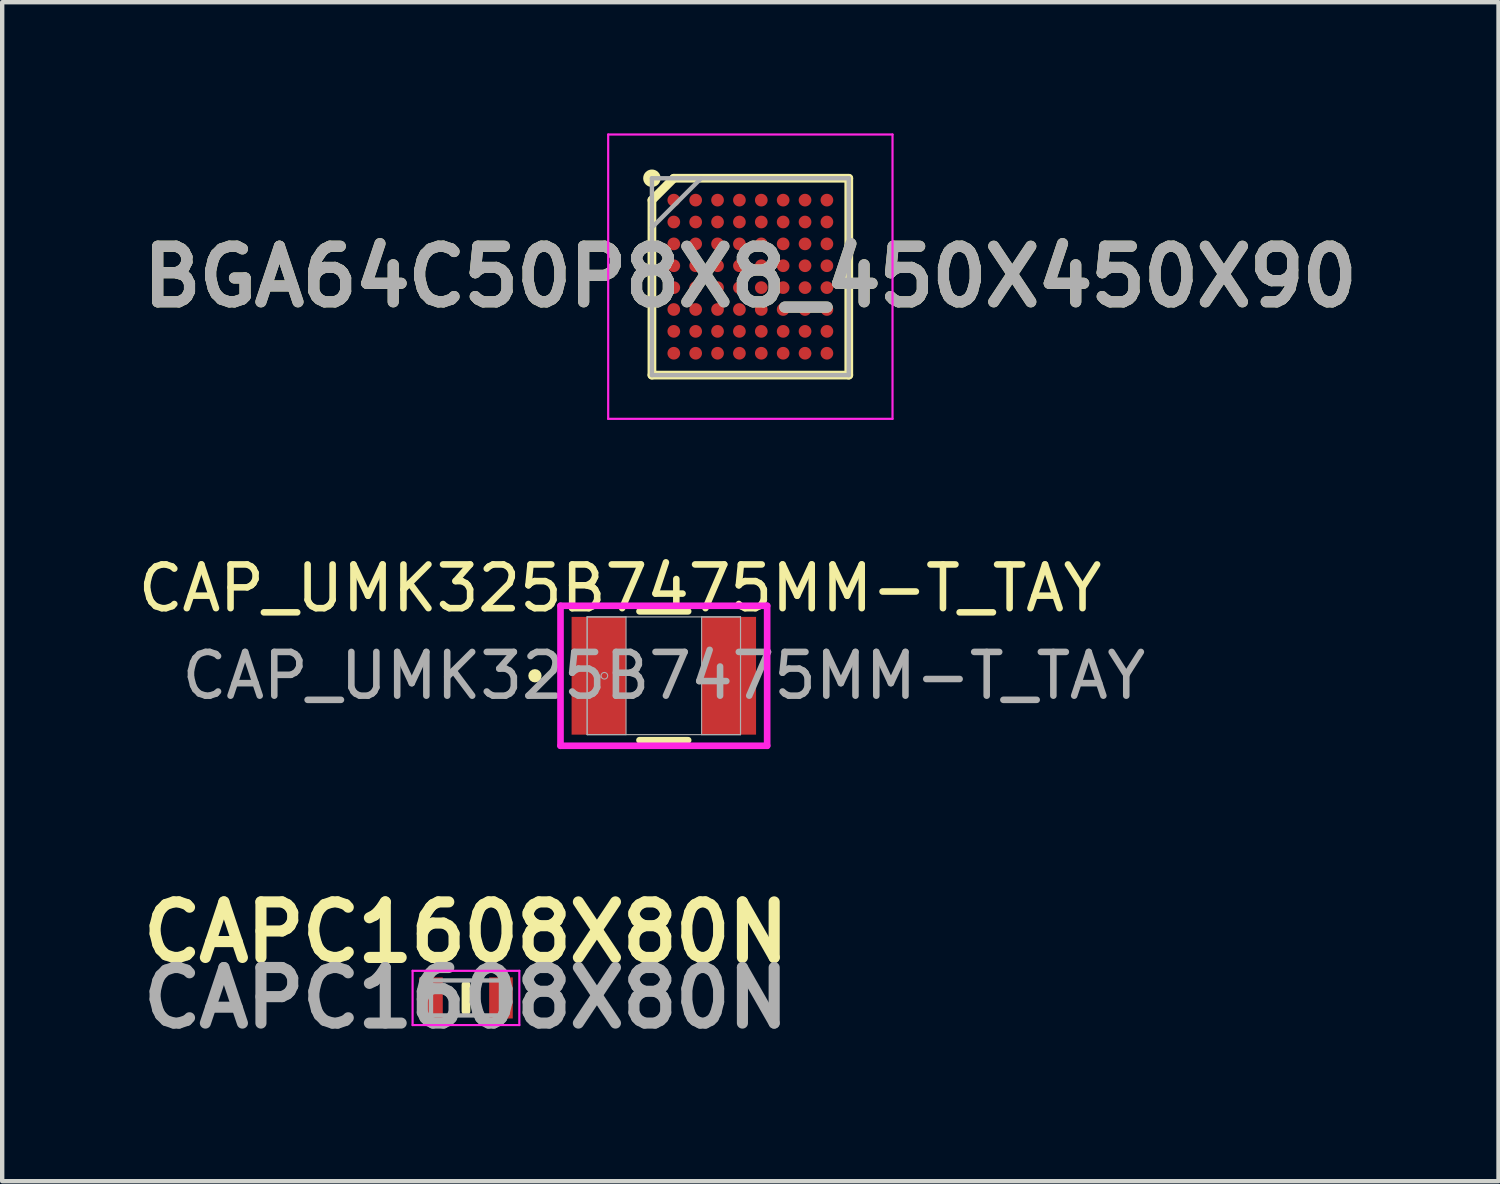
<source format=kicad_pcb>
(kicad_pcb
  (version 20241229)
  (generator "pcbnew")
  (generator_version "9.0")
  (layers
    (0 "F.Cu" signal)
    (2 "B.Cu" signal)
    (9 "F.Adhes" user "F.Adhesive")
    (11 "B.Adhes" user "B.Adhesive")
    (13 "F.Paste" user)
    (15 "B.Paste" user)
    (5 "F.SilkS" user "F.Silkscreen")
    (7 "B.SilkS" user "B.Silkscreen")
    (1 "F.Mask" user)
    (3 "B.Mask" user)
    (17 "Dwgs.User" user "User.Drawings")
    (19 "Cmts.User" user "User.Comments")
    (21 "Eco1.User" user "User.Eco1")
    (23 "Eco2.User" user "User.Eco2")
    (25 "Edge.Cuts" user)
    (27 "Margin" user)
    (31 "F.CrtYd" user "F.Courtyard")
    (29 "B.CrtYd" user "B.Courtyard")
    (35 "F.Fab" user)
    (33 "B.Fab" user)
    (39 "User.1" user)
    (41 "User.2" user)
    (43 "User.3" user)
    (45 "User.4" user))
  (footprint "BGA64C50P8X8_450X450X90"
    (layer "F.Cu")
    (at 14.103 3.275)
    (property "Reference" "BGA64C50P8X8_450X450X90" (at 0 0 0) (layer "F.SilkS") (effects (font (size 1.27 1.27) (thickness 0.254))))
    (attr smd)
    (fp_line (start -2.25 -1.75) (end -1.75 -2.25) (stroke (width 0.2) (type solid)) (layer "F.SilkS"))
    (fp_line (start -2.25 2.25) (end -2.25 -1.75) (stroke (width 0.2) (type solid)) (layer "F.SilkS"))
    (fp_line (start -1.75 -2.25) (end 2.25 -2.25) (stroke (width 0.2) (type solid)) (layer "F.SilkS"))
    (fp_line (start 2.25 -2.25) (end 2.25 2.25) (stroke (width 0.2) (type solid)) (layer "F.SilkS"))
    (fp_line (start 2.25 2.25) (end -2.25 2.25) (stroke (width 0.2) (type solid)) (layer "F.SilkS"))
    (fp_circle (center -2.25 -2.25) (end -2.25 -2.15) (stroke (width 0.2) (type solid)) (fill no) (layer "F.SilkS"))
    (fp_line (start -3.25 -3.25) (end 3.25 -3.25) (stroke (width 0.05) (type solid)) (layer "F.CrtYd"))
    (fp_line (start -3.25 3.25) (end -3.25 -3.25) (stroke (width 0.05) (type solid)) (layer "F.CrtYd"))
    (fp_line (start 3.25 -3.25) (end 3.25 3.25) (stroke (width 0.05) (type solid)) (layer "F.CrtYd"))
    (fp_line (start 3.25 3.25) (end -3.25 3.25) (stroke (width 0.05) (type solid)) (layer "F.CrtYd"))
    (fp_line (start -2.25 -2.25) (end 2.25 -2.25) (stroke (width 0.1) (type solid)) (layer "F.Fab"))
    (fp_line (start -2.25 -1.125) (end -1.125 -2.25) (stroke (width 0.1) (type solid)) (layer "F.Fab"))
    (fp_line (start -2.25 2.25) (end -2.25 -2.25) (stroke (width 0.1) (type solid)) (layer "F.Fab"))
    (fp_line (start 2.25 -2.25) (end 2.25 2.25) (stroke (width 0.1) (type solid)) (layer "F.Fab"))
    (fp_line (start 2.25 2.25) (end -2.25 2.25) (stroke (width 0.1) (type solid)) (layer "F.Fab"))
    (fp_text user "${REFERENCE}" (at 0 0 0) (layer "F.Fab") (effects (font (size 1.27 1.27) (thickness 0.254))))
    (pad "A1" smd circle (at -1.75 -1.75 90) (size 0.29 0.29) (layers "F.Cu" "F.Mask" "F.Paste"))
    (pad "A2" smd circle (at -1.25 -1.75 90) (size 0.29 0.29) (layers "F.Cu" "F.Mask" "F.Paste"))
    (pad "A3" smd circle (at -0.75 -1.75 90) (size 0.29 0.29) (layers "F.Cu" "F.Mask" "F.Paste"))
    (pad "A4" smd circle (at -0.25 -1.75 90) (size 0.29 0.29) (layers "F.Cu" "F.Mask" "F.Paste"))
    (pad "A5" smd circle (at 0.25 -1.75 90) (size 0.29 0.29) (layers "F.Cu" "F.Mask" "F.Paste"))
    (pad "A6" smd circle (at 0.75 -1.75 90) (size 0.29 0.29) (layers "F.Cu" "F.Mask" "F.Paste"))
    (pad "A7" smd circle (at 1.25 -1.75 90) (size 0.29 0.29) (layers "F.Cu" "F.Mask" "F.Paste"))
    (pad "A8" smd circle (at 1.75 -1.75 90) (size 0.29 0.29) (layers "F.Cu" "F.Mask" "F.Paste"))
    (pad "B1" smd circle (at -1.75 -1.25 90) (size 0.29 0.29) (layers "F.Cu" "F.Mask" "F.Paste"))
    (pad "B2" smd circle (at -1.25 -1.25 90) (size 0.29 0.29) (layers "F.Cu" "F.Mask" "F.Paste"))
    (pad "B3" smd circle (at -0.75 -1.25 90) (size 0.29 0.29) (layers "F.Cu" "F.Mask" "F.Paste"))
    (pad "B4" smd circle (at -0.25 -1.25 90) (size 0.29 0.29) (layers "F.Cu" "F.Mask" "F.Paste"))
    (pad "B5" smd circle (at 0.25 -1.25 90) (size 0.29 0.29) (layers "F.Cu" "F.Mask" "F.Paste"))
    (pad "B6" smd circle (at 0.75 -1.25 90) (size 0.29 0.29) (layers "F.Cu" "F.Mask" "F.Paste"))
    (pad "B7" smd circle (at 1.25 -1.25 90) (size 0.29 0.29) (layers "F.Cu" "F.Mask" "F.Paste"))
    (pad "B8" smd circle (at 1.75 -1.25 90) (size 0.29 0.29) (layers "F.Cu" "F.Mask" "F.Paste"))
    (pad "C1" smd circle (at -1.75 -0.75 90) (size 0.29 0.29) (layers "F.Cu" "F.Mask" "F.Paste"))
    (pad "C2" smd circle (at -1.25 -0.75 90) (size 0.29 0.29) (layers "F.Cu" "F.Mask" "F.Paste"))
    (pad "C3" smd circle (at -0.75 -0.75 90) (size 0.29 0.29) (layers "F.Cu" "F.Mask" "F.Paste"))
    (pad "C4" smd circle (at -0.25 -0.75 90) (size 0.29 0.29) (layers "F.Cu" "F.Mask" "F.Paste"))
    (pad "C5" smd circle (at 0.25 -0.75 90) (size 0.29 0.29) (layers "F.Cu" "F.Mask" "F.Paste"))
    (pad "C6" smd circle (at 0.75 -0.75 90) (size 0.29 0.29) (layers "F.Cu" "F.Mask" "F.Paste"))
    (pad "C7" smd circle (at 1.25 -0.75 90) (size 0.29 0.29) (layers "F.Cu" "F.Mask" "F.Paste"))
    (pad "C8" smd circle (at 1.75 -0.75 90) (size 0.29 0.29) (layers "F.Cu" "F.Mask" "F.Paste"))
    (pad "D1" smd circle (at -1.75 -0.25 90) (size 0.29 0.29) (layers "F.Cu" "F.Mask" "F.Paste"))
    (pad "D2" smd circle (at -1.25 -0.25 90) (size 0.29 0.29) (layers "F.Cu" "F.Mask" "F.Paste"))
    (pad "D3" smd circle (at -0.75 -0.25 90) (size 0.29 0.29) (layers "F.Cu" "F.Mask" "F.Paste"))
    (pad "D4" smd circle (at -0.25 -0.25 90) (size 0.29 0.29) (layers "F.Cu" "F.Mask" "F.Paste"))
    (pad "D5" smd circle (at 0.25 -0.25 90) (size 0.29 0.29) (layers "F.Cu" "F.Mask" "F.Paste"))
    (pad "D6" smd circle (at 0.75 -0.25 90) (size 0.29 0.29) (layers "F.Cu" "F.Mask" "F.Paste"))
    (pad "D7" smd circle (at 1.25 -0.25 90) (size 0.29 0.29) (layers "F.Cu" "F.Mask" "F.Paste"))
    (pad "D8" smd circle (at 1.75 -0.25 90) (size 0.29 0.29) (layers "F.Cu" "F.Mask" "F.Paste"))
    (pad "E1" smd circle (at -1.75 0.25 90) (size 0.29 0.29) (layers "F.Cu" "F.Mask" "F.Paste"))
    (pad "E2" smd circle (at -1.25 0.25 90) (size 0.29 0.29) (layers "F.Cu" "F.Mask" "F.Paste"))
    (pad "E3" smd circle (at -0.75 0.25 90) (size 0.29 0.29) (layers "F.Cu" "F.Mask" "F.Paste"))
    (pad "E4" smd circle (at -0.25 0.25 90) (size 0.29 0.29) (layers "F.Cu" "F.Mask" "F.Paste"))
    (pad "E5" smd circle (at 0.25 0.25 90) (size 0.29 0.29) (layers "F.Cu" "F.Mask" "F.Paste"))
    (pad "E6" smd circle (at 0.75 0.25 90) (size 0.29 0.29) (layers "F.Cu" "F.Mask" "F.Paste"))
    (pad "E7" smd circle (at 1.25 0.25 90) (size 0.29 0.29) (layers "F.Cu" "F.Mask" "F.Paste"))
    (pad "E8" smd circle (at 1.75 0.25 90) (size 0.29 0.29) (layers "F.Cu" "F.Mask" "F.Paste"))
    (pad "F1" smd circle (at -1.75 0.75 90) (size 0.29 0.29) (layers "F.Cu" "F.Mask" "F.Paste"))
    (pad "F2" smd circle (at -1.25 0.75 90) (size 0.29 0.29) (layers "F.Cu" "F.Mask" "F.Paste"))
    (pad "F3" smd circle (at -0.75 0.75 90) (size 0.29 0.29) (layers "F.Cu" "F.Mask" "F.Paste"))
    (pad "F4" smd circle (at -0.25 0.75 90) (size 0.29 0.29) (layers "F.Cu" "F.Mask" "F.Paste"))
    (pad "F5" smd circle (at 0.25 0.75 90) (size 0.29 0.29) (layers "F.Cu" "F.Mask" "F.Paste"))
    (pad "F6" smd circle (at 0.75 0.75 90) (size 0.29 0.29) (layers "F.Cu" "F.Mask" "F.Paste"))
    (pad "F7" smd circle (at 1.25 0.75 90) (size 0.29 0.29) (layers "F.Cu" "F.Mask" "F.Paste"))
    (pad "F8" smd circle (at 1.75 0.75 90) (size 0.29 0.29) (layers "F.Cu" "F.Mask" "F.Paste"))
    (pad "G1" smd circle (at -1.75 1.25 90) (size 0.29 0.29) (layers "F.Cu" "F.Mask" "F.Paste"))
    (pad "G2" smd circle (at -1.25 1.25 90) (size 0.29 0.29) (layers "F.Cu" "F.Mask" "F.Paste"))
    (pad "G3" smd circle (at -0.75 1.25 90) (size 0.29 0.29) (layers "F.Cu" "F.Mask" "F.Paste"))
    (pad "G4" smd circle (at -0.25 1.25 90) (size 0.29 0.29) (layers "F.Cu" "F.Mask" "F.Paste"))
    (pad "G5" smd circle (at 0.25 1.25 90) (size 0.29 0.29) (layers "F.Cu" "F.Mask" "F.Paste"))
    (pad "G6" smd circle (at 0.75 1.25 90) (size 0.29 0.29) (layers "F.Cu" "F.Mask" "F.Paste"))
    (pad "G7" smd circle (at 1.25 1.25 90) (size 0.29 0.29) (layers "F.Cu" "F.Mask" "F.Paste"))
    (pad "G8" smd circle (at 1.75 1.25 90) (size 0.29 0.29) (layers "F.Cu" "F.Mask" "F.Paste"))
    (pad "H1" smd circle (at -1.75 1.75 90) (size 0.29 0.29) (layers "F.Cu" "F.Mask" "F.Paste"))
    (pad "H2" smd circle (at -1.25 1.75 90) (size 0.29 0.29) (layers "F.Cu" "F.Mask" "F.Paste"))
    (pad "H3" smd circle (at -0.75 1.75 90) (size 0.29 0.29) (layers "F.Cu" "F.Mask" "F.Paste"))
    (pad "H4" smd circle (at -0.25 1.75 90) (size 0.29 0.29) (layers "F.Cu" "F.Mask" "F.Paste"))
    (pad "H5" smd circle (at 0.25 1.75 90) (size 0.29 0.29) (layers "F.Cu" "F.Mask" "F.Paste"))
    (pad "H6" smd circle (at 0.75 1.75 90) (size 0.29 0.29) (layers "F.Cu" "F.Mask" "F.Paste"))
    (pad "H7" smd circle (at 1.25 1.75 90) (size 0.29 0.29) (layers "F.Cu" "F.Mask" "F.Paste"))
    (pad "H8" smd circle (at 1.75 1.75 90) (size 0.29 0.29) (layers "F.Cu" "F.Mask" "F.Paste")))
  (footprint "CAPC1608X80N"
    (layer "F.Cu")
    (at 7.602 19.763)
    (property "Reference" "CAPC1608X80N" (at 0 -1.5 0) (layer "F.SilkS") (effects (font (size 1.27 1.27) (thickness 0.254))))
    (attr smd)
    (fp_line (start 0 -0.3) (end 0 0.3) (stroke (width 0.2) (type solid)) (layer "F.SilkS"))
    (fp_line (start -1.22 -0.62) (end 1.22 -0.62) (stroke (width 0.05) (type solid)) (layer "F.CrtYd"))
    (fp_line (start -1.22 0.62) (end -1.22 -0.62) (stroke (width 0.05) (type solid)) (layer "F.CrtYd"))
    (fp_line (start 1.22 -0.62) (end 1.22 0.62) (stroke (width 0.05) (type solid)) (layer "F.CrtYd"))
    (fp_line (start 1.22 0.62) (end -1.22 0.62) (stroke (width 0.05) (type solid)) (layer "F.CrtYd"))
    (fp_line (start -0.8 -0.4) (end 0.8 -0.4) (stroke (width 0.1) (type solid)) (layer "F.Fab"))
    (fp_line (start -0.8 0.4) (end -0.8 -0.4) (stroke (width 0.1) (type solid)) (layer "F.Fab"))
    (fp_line (start 0.8 -0.4) (end 0.8 0.4) (stroke (width 0.1) (type solid)) (layer "F.Fab"))
    (fp_line (start 0.8 0.4) (end -0.8 0.4) (stroke (width 0.1) (type solid)) (layer "F.Fab"))
    (fp_text user "${REFERENCE}" (at 0 0 0) (layer "F.Fab") (effects (font (size 1.27 1.27) (thickness 0.254))))
    (pad "1" smd rect (at -0.8 0) (size 0.54 0.94) (layers "F.Cu" "F.Mask" "F.Paste"))
    (pad "2" smd rect (at 0.8 0) (size 0.54 0.94) (layers "F.Cu" "F.Mask" "F.Paste")))
  (footprint "CAP_UMK325B7475MM-T_TAY"
    (layer "F.Cu")
    (at 12.125 12.398)
    (property "Reference" "CAP_UMK325B7475MM-T_TAY" (at -1 -2 0) (unlocked yes) (layer "F.SilkS") (effects (font (size 1 1) (thickness 0.15))))
    (attr smd)
    (fp_line (start -0.556 1.473) (end 0.556 1.473) (stroke (width 0.152) (type solid)) (layer "F.SilkS"))
    (fp_line (start 0.556 -1.473) (end -0.556 -1.473) (stroke (width 0.152) (type solid)) (layer "F.SilkS"))
    (fp_circle (center -2.946 0) (end -2.87 0) (stroke (width 0.152) (type solid)) (fill no) (layer "F.SilkS"))
    (fp_line (start -2.362 -1.6) (end 2.362 -1.6) (stroke (width 0.152) (type solid)) (layer "F.CrtYd"))
    (fp_line (start -2.362 1.6) (end -2.362 -1.6) (stroke (width 0.152) (type solid)) (layer "F.CrtYd"))
    (fp_line (start 2.362 -1.6) (end 2.362 1.6) (stroke (width 0.152) (type solid)) (layer "F.CrtYd"))
    (fp_line (start 2.362 1.6) (end -2.362 1.6) (stroke (width 0.152) (type solid)) (layer "F.CrtYd"))
    (fp_line (start -1.753 -1.346) (end -1.753 1.346) (stroke (width 0.025) (type solid)) (layer "F.Fab"))
    (fp_line (start -1.753 -1.346) (end -1.753 1.346) (stroke (width 0.025) (type solid)) (layer "F.Fab"))
    (fp_line (start -1.753 1.346) (end -0.864 1.346) (stroke (width 0.025) (type solid)) (layer "F.Fab"))
    (fp_line (start -1.753 1.346) (end 1.753 1.346) (stroke (width 0.025) (type solid)) (layer "F.Fab"))
    (fp_line (start -0.864 -1.346) (end -1.753 -1.346) (stroke (width 0.025) (type solid)) (layer "F.Fab"))
    (fp_line (start -0.864 1.346) (end -0.864 -1.346) (stroke (width 0.025) (type solid)) (layer "F.Fab"))
    (fp_line (start 0.864 -1.346) (end 0.864 1.346) (stroke (width 0.025) (type solid)) (layer "F.Fab"))
    (fp_line (start 0.864 1.346) (end 1.753 1.346) (stroke (width 0.025) (type solid)) (layer "F.Fab"))
    (fp_line (start 1.753 -1.346) (end -1.753 -1.346) (stroke (width 0.025) (type solid)) (layer "F.Fab"))
    (fp_line (start 1.753 -1.346) (end 0.864 -1.346) (stroke (width 0.025) (type solid)) (layer "F.Fab"))
    (fp_line (start 1.753 1.346) (end 1.753 -1.346) (stroke (width 0.025) (type solid)) (layer "F.Fab"))
    (fp_line (start 1.753 1.346) (end 1.753 -1.346) (stroke (width 0.025) (type solid)) (layer "F.Fab"))
    (fp_circle (center -1.359 0) (end -1.283 0) (stroke (width 0.025) (type solid)) (fill no) (layer "F.Fab"))
    (fp_text user "${REFERENCE}" (at 0 0 0) (unlocked yes) (layer "F.Fab") (effects (font (size 1 1) (thickness 0.15))))
    (pad "1" smd rect (at -1.486 0) (size 1.245 2.692) (layers "F.Cu" "F.Mask" "F.Paste"))
    (pad "2" smd rect (at 1.486 0) (size 1.245 2.692) (layers "F.Cu" "F.Mask" "F.Paste"))
    (zone (net_name "") (layer "F.Cu") (hatch full 0.508) (connect_pads) (min_thickness 0.254) (filled_areas_thickness no) (keepout (tracks not_allowed) (vias not_allowed) (pads allowed) (copperpour not_allowed) (footprints allowed)) (placement (enabled no)) (fill) (polygon (pts (xy 11.312 11.103) (xy 12.938 11.103) (xy 12.938 13.694) (xy 11.312 13.694)))))
  (gr_rect
    (start -3 -3)
    (end 31.206 23.952)
    (stroke (width 0.1) (type default))
    (fill no)
    (layer "Edge.Cuts")))
</source>
